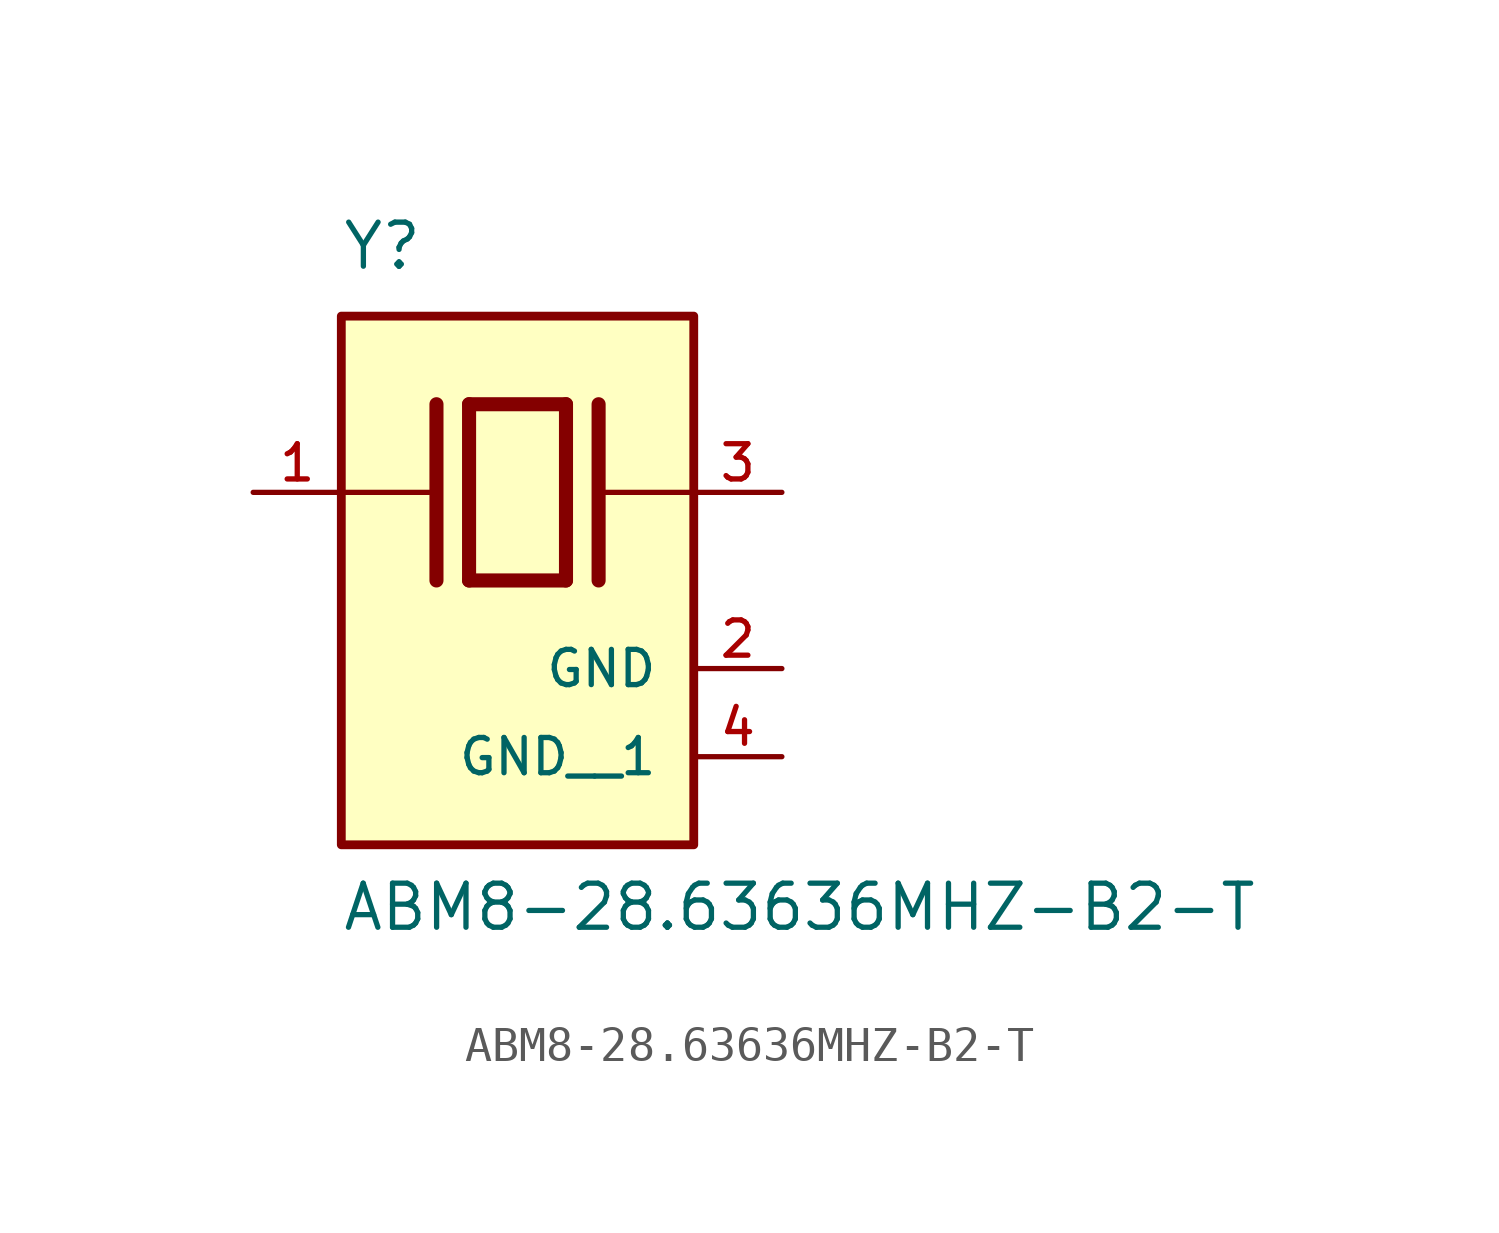
<source format=kicad_sym>
(kicad_symbol_lib
  (version 20211014)
  (generator kicad_symbol_editor)
  (symbol "ABM8-28.63636MHZ-B2-T"
    (pin_names
      (offset 1.016))
    (property "Reference" "Y"
      (at -5.088 6.356 0)
      (effects (font (size 1.27 1.27)) (justify bottom left)))
    (property "Value" "ABM8-28.63636MHZ-B2-T"
      (at -5.094 -12.7 0)
      (effects (font (size 1.27 1.27)) (justify bottom left)))
    (symbol "ABM8-28.63636MHZ-B2-T_0_0"
      (polyline (pts (xy -1.397 2.54) (xy 1.397 2.54)) (stroke (width 0.406)))
      (polyline (pts (xy 1.397 2.54) (xy 1.397 -2.54)) (stroke (width 0.406)))
      (polyline (pts (xy 1.397 -2.54) (xy -1.397 -2.54)) (stroke (width 0.406)))
      (polyline (pts (xy -1.397 2.54) (xy -1.397 -2.54)) (stroke (width 0.406)))
      (polyline (pts (xy 2.337 2.54) (xy 2.337 -2.54)) (stroke (width 0.406)))
      (polyline (pts (xy -2.337 2.54) (xy -2.337 -2.54)) (stroke (width 0.406)))
      (polyline (pts (xy -5.08 0.0) (xy -2.54 0.0)) (stroke (width 0.152)))
      (polyline (pts (xy 2.54 0.0) (xy 5.08 0.0)) (stroke (width 0.152)))
      (rectangle (start -5.08 -10.16) (end 5.08 5.08) (stroke (width 0.254)) (fill (type background)))
      (pin passive line (at 7.62 0.0 180.0) (length 2.54) (name "~" (effects (font (size 1.016 1.016)))) (number "3" (effects (font (size 1.016 1.016)))))
      (pin passive line (at -7.62 0.0 0) (length 2.54) (name "~" (effects (font (size 1.016 1.016)))) (number "1" (effects (font (size 1.016 1.016)))))
      (pin power_in line (at 7.62 -5.08 180.0) (length 2.54) (name "GND" (effects (font (size 1.016 1.016)))) (number "2" (effects (font (size 1.016 1.016)))))
      (pin power_in line (at 7.62 -7.62 180.0) (length 2.54) (name "GND__1" (effects (font (size 1.016 1.016)))) (number "4" (effects (font (size 1.016 1.016))))))))
</source>
